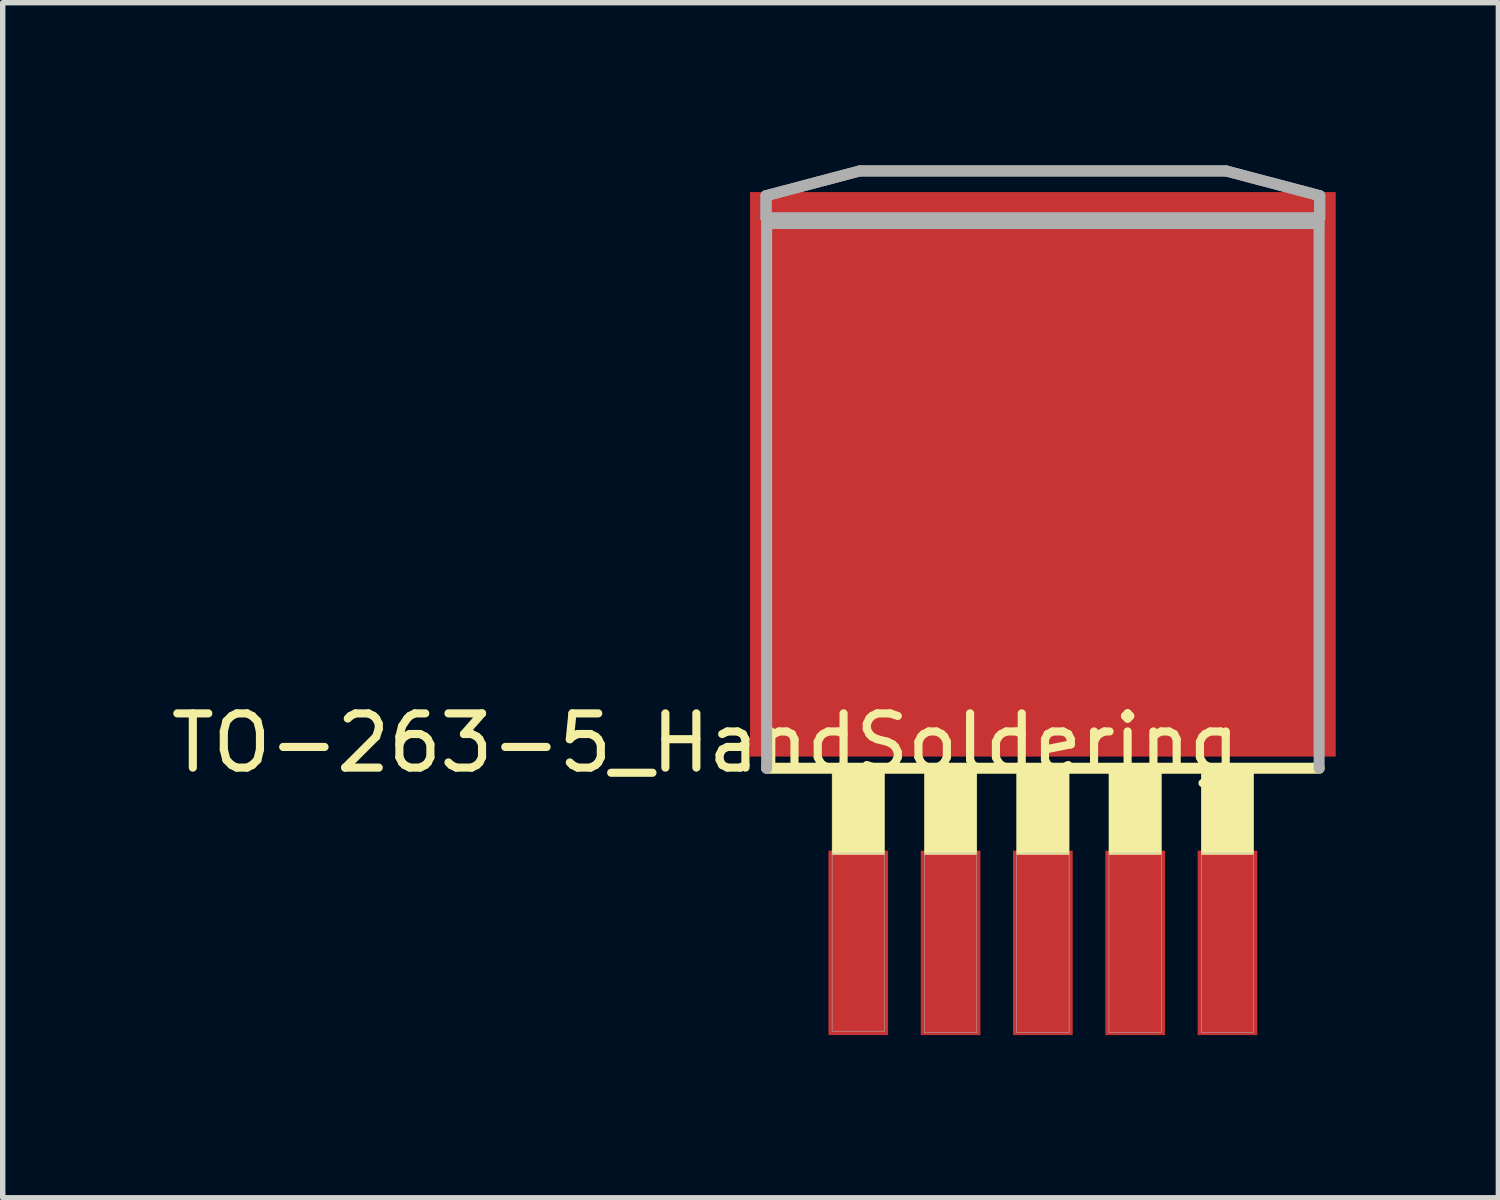
<source format=kicad_pcb>
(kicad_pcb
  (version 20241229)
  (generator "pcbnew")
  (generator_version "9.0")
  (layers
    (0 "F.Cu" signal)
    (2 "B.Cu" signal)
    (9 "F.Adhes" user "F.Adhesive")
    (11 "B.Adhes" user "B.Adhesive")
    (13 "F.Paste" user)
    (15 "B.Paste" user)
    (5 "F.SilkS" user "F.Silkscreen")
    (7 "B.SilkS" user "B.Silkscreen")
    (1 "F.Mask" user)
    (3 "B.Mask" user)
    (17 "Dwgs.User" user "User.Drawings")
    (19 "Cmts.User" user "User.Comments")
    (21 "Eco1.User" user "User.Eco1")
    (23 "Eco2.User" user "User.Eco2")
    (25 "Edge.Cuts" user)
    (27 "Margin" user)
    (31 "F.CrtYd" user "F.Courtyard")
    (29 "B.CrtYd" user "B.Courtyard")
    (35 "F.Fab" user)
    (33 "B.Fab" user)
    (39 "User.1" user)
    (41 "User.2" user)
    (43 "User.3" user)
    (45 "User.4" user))
  (footprint "TO-263-5_HandSoldering"
    (layer "F.Cu")
    (at 16.181 8.237)
    (property "Reference" "TO-263-5_HandSoldering" (at -6.223 2.413 180) (layer "F.SilkS") (effects (font (size 1 1) (thickness 0.15))))
    (attr through_hole)
    (fp_line (start 5.094 2.88) (end -5.094 2.88) (stroke (width 0.203) (type solid)) (layer "F.SilkS"))
    (fp_poly (pts (xy -3.886 2.794) (xy -2.921 2.794) (xy -2.921 4.47) (xy -3.886 4.47)) (stroke (width 0.01) (type solid)) (fill yes) (layer "F.SilkS"))
    (fp_poly (pts (xy -2.184 2.794) (xy -1.219 2.794) (xy -1.219 4.47) (xy -2.184 4.47)) (stroke (width 0.01) (type solid)) (fill yes) (layer "F.SilkS"))
    (fp_poly (pts (xy -0.483 2.794) (xy 0.483 2.794) (xy 0.483 4.47) (xy -0.483 4.47)) (stroke (width 0.01) (type solid)) (fill yes) (layer "F.SilkS"))
    (fp_poly (pts (xy 1.219 2.794) (xy 2.184 2.794) (xy 2.184 4.47) (xy 1.219 4.47)) (stroke (width 0.01) (type solid)) (fill yes) (layer "F.SilkS"))
    (fp_poly (pts (xy 2.921 2.794) (xy 3.886 2.794) (xy 3.886 4.47) (xy 2.921 4.47)) (stroke (width 0.01) (type solid)) (fill yes) (layer "F.SilkS"))
    (fp_line (start -5.105 -7.678) (end -3.378 -8.135) (stroke (width 0.203) (type solid)) (layer "F.Fab"))
    (fp_line (start -5.105 -7.267) (end -5.105 -7.678) (stroke (width 0.203) (type solid)) (layer "F.Fab"))
    (fp_line (start -5.094 -7.165) (end 5.094 -7.165) (stroke (width 0.203) (type solid)) (layer "F.Fab"))
    (fp_line (start -5.094 2.88) (end -5.094 -7.165) (stroke (width 0.203) (type solid)) (layer "F.Fab"))
    (fp_line (start -3.378 -8.135) (end 3.378 -8.135) (stroke (width 0.203) (type solid)) (layer "F.Fab"))
    (fp_line (start 3.378 -8.135) (end 5.105 -7.678) (stroke (width 0.203) (type solid)) (layer "F.Fab"))
    (fp_line (start 5.094 -7.165) (end 5.094 2.88) (stroke (width 0.203) (type solid)) (layer "F.Fab"))
    (fp_line (start 5.105 -7.678) (end 5.105 -7.267) (stroke (width 0.203) (type solid)) (layer "F.Fab"))
    (fp_line (start 5.105 -7.267) (end -5.105 -7.267) (stroke (width 0.203) (type solid)) (layer "F.Fab"))
    (fp_poly (pts (xy -3.886 4.445) (xy -2.921 4.445) (xy -2.921 7.729) (xy -3.886 7.729)) (stroke (width 0.01) (type solid)) (fill no) (layer "F.Fab"))
    (fp_poly (pts (xy -2.184 4.445) (xy -1.219 4.445) (xy -1.219 7.754) (xy -2.184 7.754)) (stroke (width 0.01) (type solid)) (fill no) (layer "F.Fab"))
    (fp_poly (pts (xy -0.483 4.445) (xy 0.483 4.445) (xy 0.483 7.754) (xy -0.483 7.754)) (stroke (width 0.01) (type solid)) (fill no) (layer "F.Fab"))
    (fp_poly (pts (xy 1.219 4.445) (xy 2.184 4.445) (xy 2.184 7.754) (xy 1.219 7.754)) (stroke (width 0.01) (type solid)) (fill no) (layer "F.Fab"))
    (fp_poly (pts (xy 2.921 4.445) (xy 3.886 4.445) (xy 3.886 7.754) (xy 2.921 7.754)) (stroke (width 0.01) (type solid)) (fill no) (layer "F.Fab"))
    (fp_poly (pts (xy -5.105 -7.267) (xy -5.105 -7.678) (xy -3.378 -8.135) (xy 3.378 -8.135) (xy 5.105 -7.678) (xy 5.105 -7.267)) (stroke (width 0.203) (type solid)) (fill no) (layer "F.Fab"))
    (pad "1" smd rect (at -3.404 6.1) (size 1.1 3.4) (layers "F.Cu" "F.Mask" "F.Paste"))
    (pad "2" smd rect (at -1.702 6.1) (size 1.1 3.4) (layers "F.Cu" "F.Mask" "F.Paste"))
    (pad "3" smd rect (at 0 6.1) (size 1.1 3.4) (layers "F.Cu" "F.Mask" "F.Paste"))
    (pad "4" smd rect (at 1.702 6.1) (size 1.1 3.4) (layers "F.Cu" "F.Mask" "F.Paste"))
    (pad "5" smd rect (at 3.404 6.1) (size 1.1 3.4) (layers "F.Cu" "F.Mask" "F.Paste"))
    (pad "6" smd rect (at 0 -2.54) (size 10.8 10.41) (layers "F.Cu" "F.Mask" "F.Paste")))
  (gr_rect
    (start -3 -3)
    (end 24.581 19.037)
    (stroke (width 0.1) (type default))
    (fill no)
    (layer "Edge.Cuts")))
</source>
